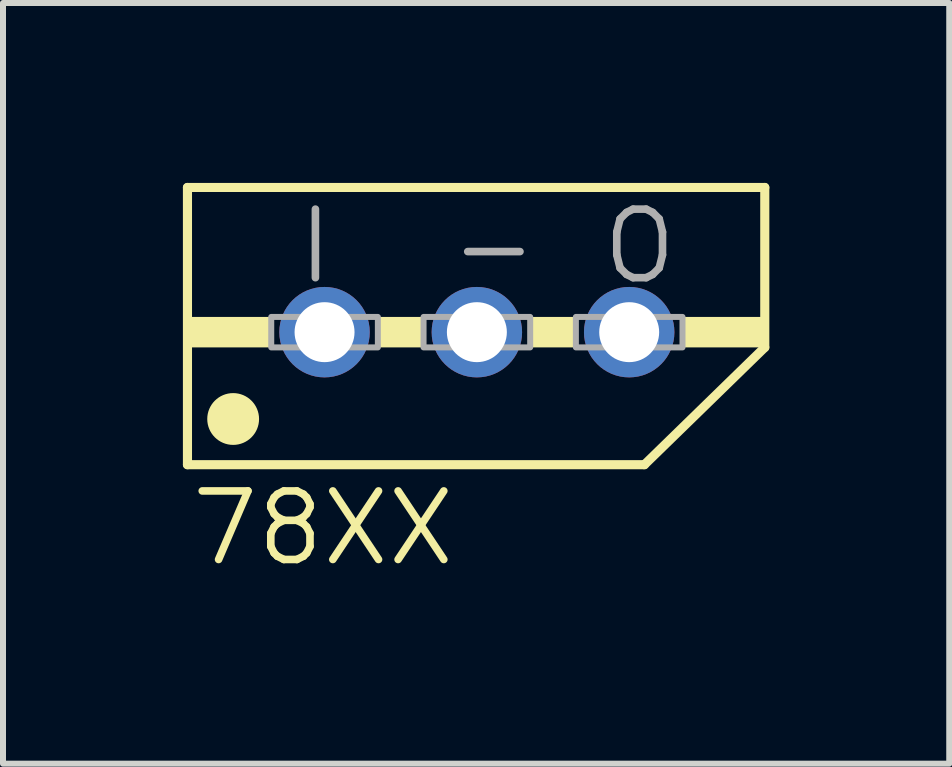
<source format=kicad_pcb>
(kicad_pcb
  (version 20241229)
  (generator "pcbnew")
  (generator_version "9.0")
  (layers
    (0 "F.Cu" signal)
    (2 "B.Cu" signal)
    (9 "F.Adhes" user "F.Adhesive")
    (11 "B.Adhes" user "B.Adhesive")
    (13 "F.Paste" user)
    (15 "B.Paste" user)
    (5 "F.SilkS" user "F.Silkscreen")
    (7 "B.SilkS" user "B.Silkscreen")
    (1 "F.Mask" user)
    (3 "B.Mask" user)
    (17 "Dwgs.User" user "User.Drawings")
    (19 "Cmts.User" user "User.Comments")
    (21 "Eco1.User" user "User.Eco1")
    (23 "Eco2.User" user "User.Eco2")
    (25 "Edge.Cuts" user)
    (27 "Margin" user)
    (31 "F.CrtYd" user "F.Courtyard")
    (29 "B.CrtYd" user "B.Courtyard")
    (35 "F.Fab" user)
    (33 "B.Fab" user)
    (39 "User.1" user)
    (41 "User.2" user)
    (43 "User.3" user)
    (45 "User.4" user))
  (footprint "78XX"
    (layer "F.Cu")
    (at 4.902 2.489)
    (property "Reference" "78XX" (at -4.826 3.937 0) (layer "F.SilkS") (effects (font (size 1.143 1.143) (thickness 0.127)) (justify left bottom)))
    (fp_line (start -4.826 -2.413) (end 4.801 -2.413) (stroke (width 0.152) (type solid)) (layer "F.SilkS"))
    (fp_line (start -4.826 2.21) (end -4.826 -2.413) (stroke (width 0.152) (type solid)) (layer "F.SilkS"))
    (fp_line (start -4.826 2.21) (end 2.794 2.21) (stroke (width 0.152) (type solid)) (layer "F.SilkS"))
    (fp_line (start 2.794 2.21) (end 4.801 0.254) (stroke (width 0.152) (type solid)) (layer "F.SilkS"))
    (fp_line (start 4.801 -2.413) (end 4.801 0.254) (stroke (width 0.152) (type solid)) (layer "F.SilkS"))
    (fp_circle (center -4.064 1.448) (end -3.848 1.448) (stroke (width 0.432) (type solid)) (fill yes) (layer "F.SilkS"))
    (fp_poly (pts (xy -4.826 0.254) (xy -3.429 0.254) (xy -3.429 -0.254) (xy -4.826 -0.254)) (stroke (width 0) (type default)) (fill yes) (layer "F.SilkS"))
    (fp_poly (pts (xy -1.651 0.254) (xy -0.889 0.254) (xy -0.889 -0.254) (xy -1.651 -0.254)) (stroke (width 0) (type default)) (fill yes) (layer "F.SilkS"))
    (fp_poly (pts (xy 0.889 0.254) (xy 1.651 0.254) (xy 1.651 -0.254) (xy 0.889 -0.254)) (stroke (width 0) (type default)) (fill yes) (layer "F.SilkS"))
    (fp_poly (pts (xy 3.429 0.254) (xy 4.826 0.254) (xy 4.826 -0.254) (xy 3.429 -0.254)) (stroke (width 0) (type default)) (fill yes) (layer "F.SilkS"))
    (fp_poly (pts (xy -3.429 0.254) (xy -1.651 0.254) (xy -1.651 -0.254) (xy -3.429 -0.254)) (stroke (width 0.1) (type default)) (fill no) (layer "F.Fab"))
    (fp_poly (pts (xy -0.889 0.254) (xy 0.889 0.254) (xy 0.889 -0.254) (xy -0.889 -0.254)) (stroke (width 0.1) (type default)) (fill no) (layer "F.Fab"))
    (fp_poly (pts (xy 1.651 0.254) (xy 3.429 0.254) (xy 3.429 -0.254) (xy 1.651 -0.254)) (stroke (width 0.1) (type default)) (fill no) (layer "F.Fab"))
    (fp_text user "-" (at -0.508 -0.762 0) (layer "F.Fab") (effects (font (size 1.143 1.143) (thickness 0.127)) (justify left bottom)))
    (fp_text user "O" (at 2.032 -0.762 0) (layer "F.Fab") (effects (font (size 1.143 1.143) (thickness 0.127)) (justify left bottom)))
    (fp_text user "I" (at -3.048 -0.762 0) (layer "F.Fab") (effects (font (size 1.143 1.143) (thickness 0.127)) (justify left bottom)))
    (pad "P$1" thru_hole circle (at -2.54 0) (size 1.508 1.508) (drill 1) (layers "*.Cu" "*.Mask"))
    (pad "P$2" thru_hole circle (at 0 0) (size 1.508 1.508) (drill 1) (layers "*.Cu" "*.Mask"))
    (pad "P$3" thru_hole circle (at 2.54 0) (size 1.508 1.508) (drill 1) (layers "*.Cu" "*.Mask")))
  (gr_rect
    (start -3 -3)
    (end 12.779 9.685)
    (stroke (width 0.1) (type default))
    (fill no)
    (layer "Edge.Cuts")))
</source>
